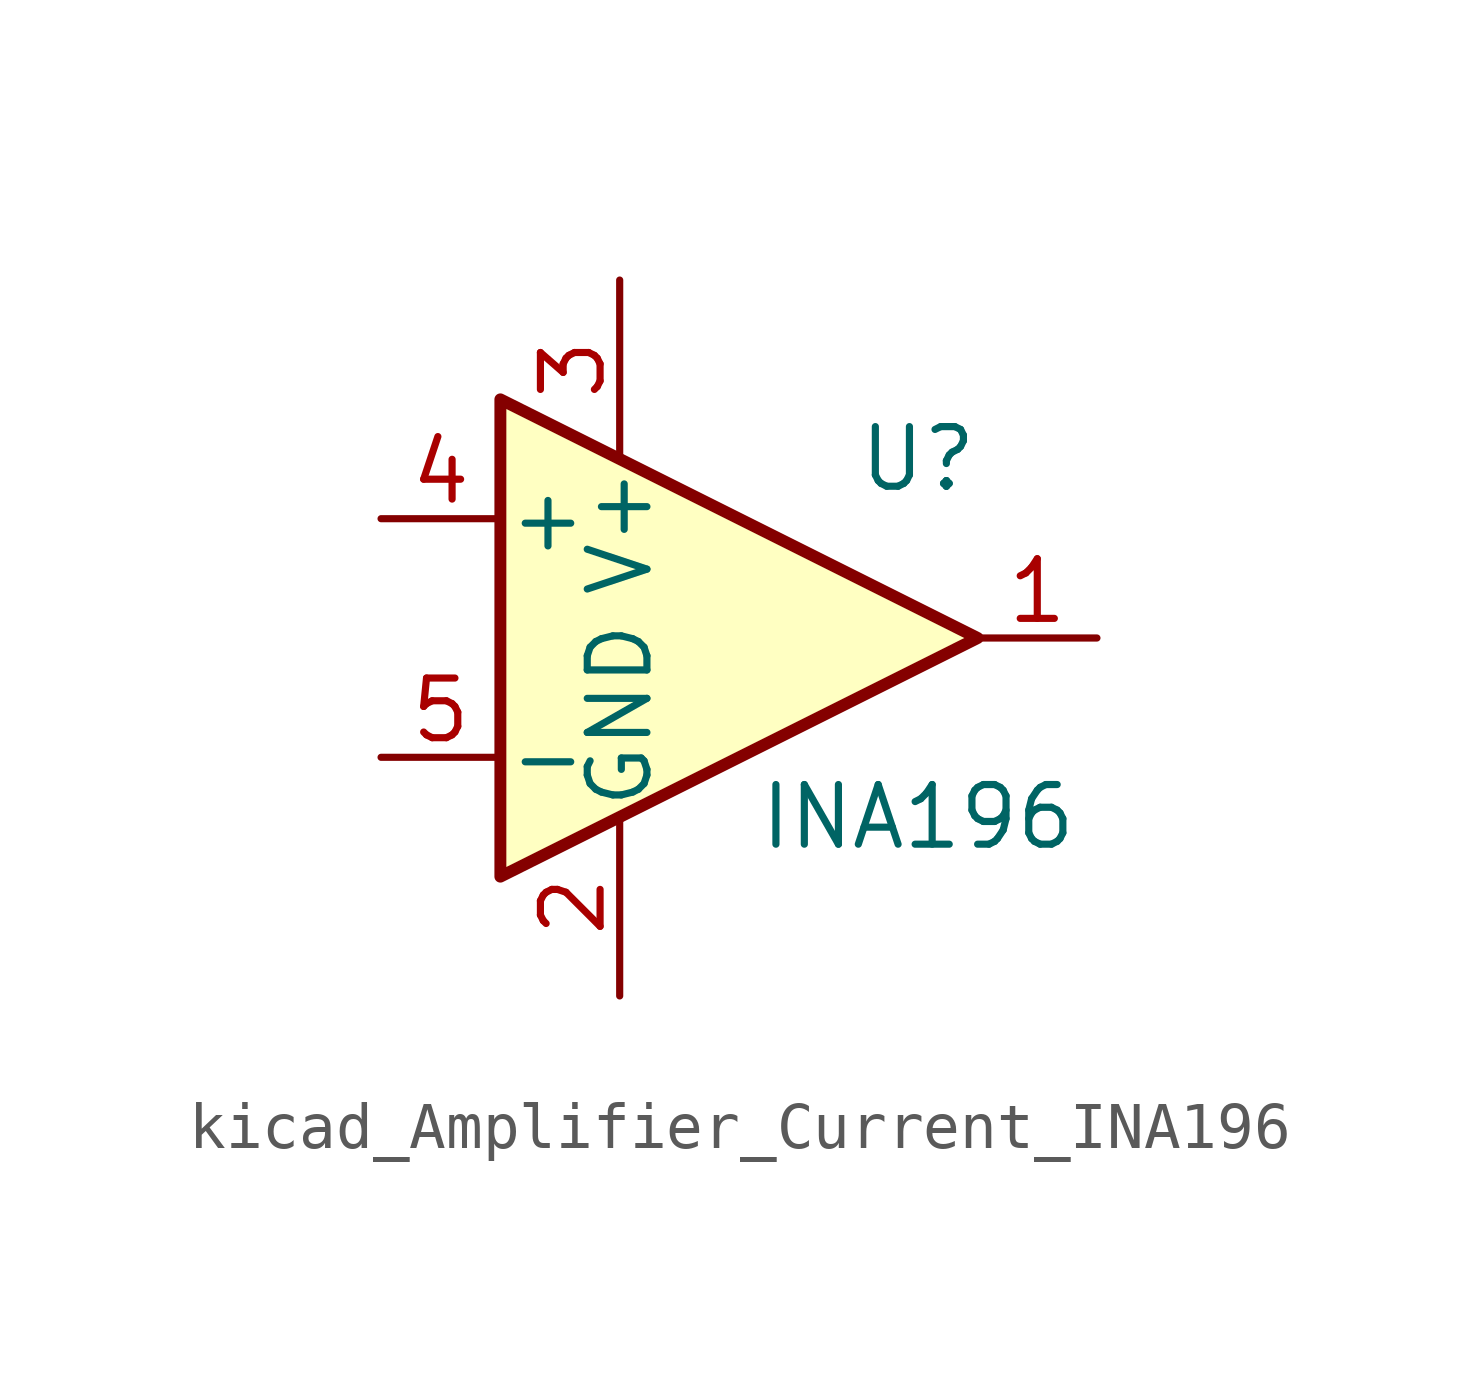
<source format=kicad_sym>
(kicad_symbol_lib
  (version 20220914)
  (generator kicad_symbol_editor)
  (symbol "kicad_Amplifier_Current_INA196"
    (pin_names
      (offset 0.127))
    (property "Reference" "U"
      (at 3.81 3.81 0)
      (effects (font (size 1.27 1.27))))
    (property "Value" "INA196"
      (at 3.81 -3.81 0)
      (effects (font (size 1.27 1.27))))
    (symbol "kicad_Amplifier_Current_INA196_0_1"
      (polyline (pts (xy 5.08 0) (xy -5.08 5.08) (xy -5.08 -5.08) (xy 5.08 0)) (stroke (width 0.254) (type default)) (fill (type background))))
    (symbol "kicad_Amplifier_Current_INA196_1_1"
      (pin output line (at 7.62 0 180) (length 2.54) (name "~" (effects (font (size 1.27 1.27)))) (number "1" (effects (font (size 1.27 1.27)))))
      (pin power_in line (at -2.54 -7.62 90) (length 3.81) (name "GND" (effects (font (size 1.27 1.27)))) (number "2" (effects (font (size 1.27 1.27)))))
      (pin power_in line (at -2.54 7.62 270) (length 3.81) (name "V+" (effects (font (size 1.27 1.27)))) (number "3" (effects (font (size 1.27 1.27)))))
      (pin input line (at -7.62 2.54 0) (length 2.54) (name "+" (effects (font (size 1.27 1.27)))) (number "4" (effects (font (size 1.27 1.27)))))
      (pin input line (at -7.62 -2.54 0) (length 2.54) (name "-" (effects (font (size 1.27 1.27)))) (number "5" (effects (font (size 1.27 1.27))))))))
</source>
